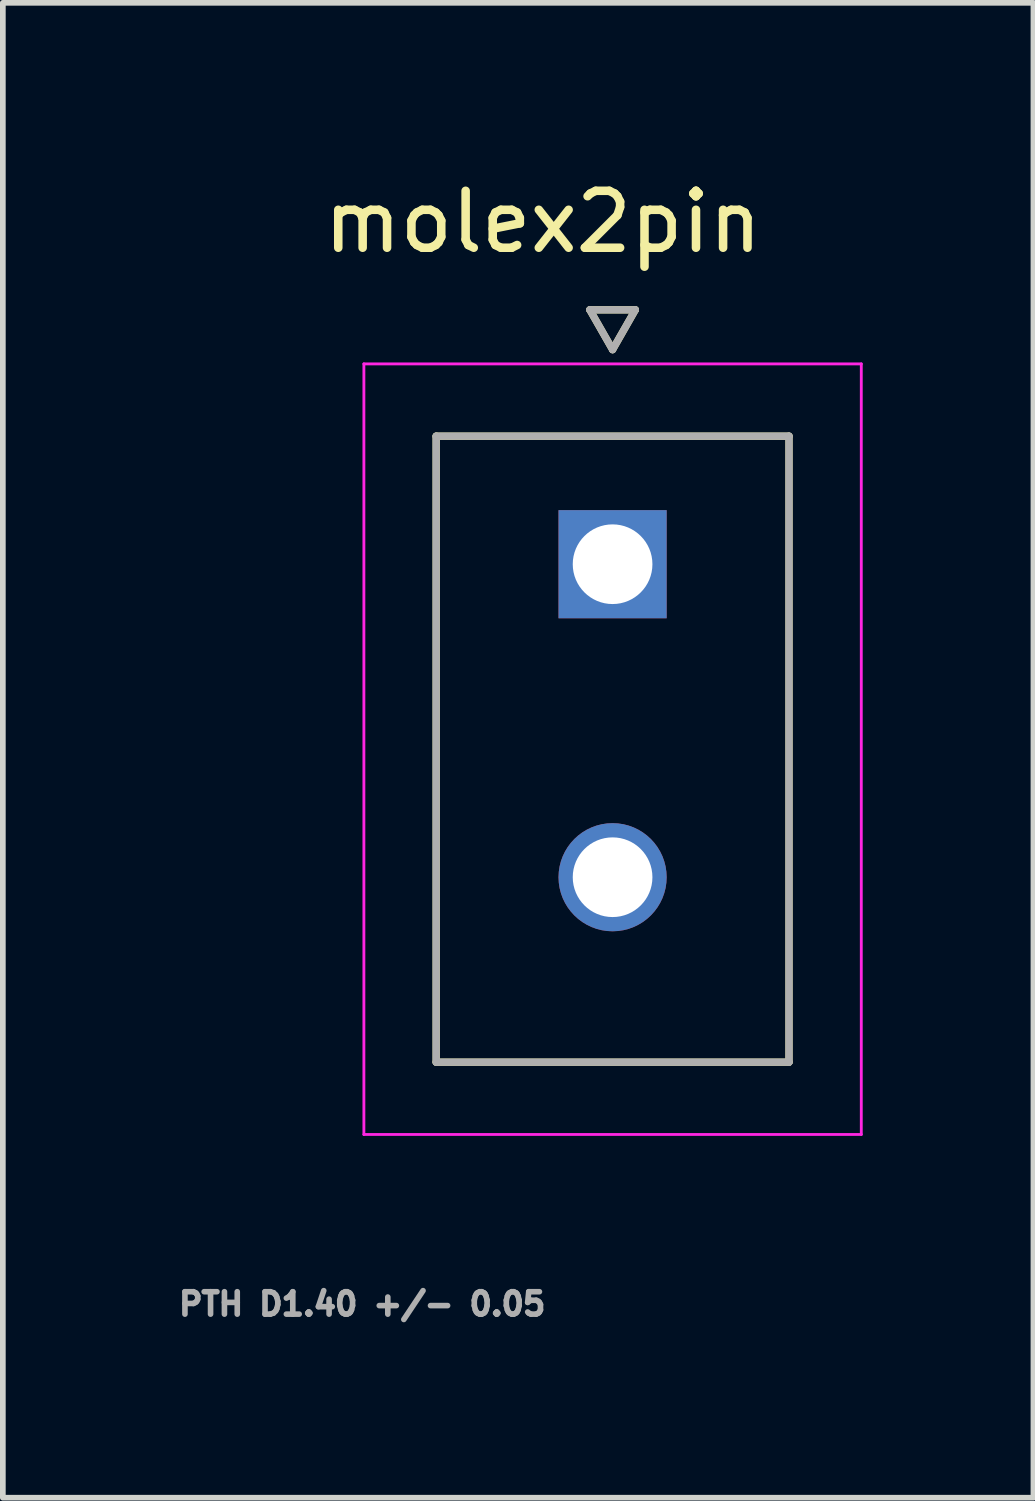
<source format=kicad_pcb>
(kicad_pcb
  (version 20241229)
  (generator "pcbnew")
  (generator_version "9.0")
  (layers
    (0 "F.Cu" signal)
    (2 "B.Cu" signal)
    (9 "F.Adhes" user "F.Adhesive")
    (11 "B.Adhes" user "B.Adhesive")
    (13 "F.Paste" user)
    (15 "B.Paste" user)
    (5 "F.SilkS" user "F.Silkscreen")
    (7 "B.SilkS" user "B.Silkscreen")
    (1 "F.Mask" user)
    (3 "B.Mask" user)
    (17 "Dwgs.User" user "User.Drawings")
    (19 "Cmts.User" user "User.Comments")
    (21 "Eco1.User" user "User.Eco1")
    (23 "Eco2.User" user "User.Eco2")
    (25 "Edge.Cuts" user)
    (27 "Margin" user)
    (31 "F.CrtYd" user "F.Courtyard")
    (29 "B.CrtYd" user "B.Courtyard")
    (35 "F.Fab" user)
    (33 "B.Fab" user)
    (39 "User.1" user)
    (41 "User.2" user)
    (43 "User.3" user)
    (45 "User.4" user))
  (footprint "molex2pin"
    (layer "F.Cu")
    (at 7.714 6.864)
    (property "Reference" "molex2pin" (at -1.225 -6.016 0) (layer "F.SilkS") (effects (font (size 1 1) (thickness 0.15))))
    (attr through_hole)
    (fp_circle (center 0 5.5) (end 0.513 5.5) (stroke (width 1.026) (type solid)) (fill no) (layer "F.Mask"))
    (fp_poly (pts (xy -1.026 -1.026) (xy 1.026 -1.026) (xy 1.026 1.026) (xy -1.026 1.026)) (stroke (width 0.01) (type solid)) (fill yes) (layer "F.Mask"))
    (fp_circle (center 0 5.5) (end 0.513 5.5) (stroke (width 1.026) (type solid)) (fill no) (layer "B.Mask"))
    (fp_poly (pts (xy -1.026 -1.026) (xy 1.026 -1.026) (xy 1.026 1.026) (xy -1.026 1.026)) (stroke (width 0.01) (type solid)) (fill yes) (layer "B.Mask"))
    (fp_line (start -3.1 -2.25) (end 3.1 -2.25) (stroke (width 0.127) (type solid)) (layer "F.SilkS"))
    (fp_line (start -3.1 8.75) (end -3.1 -2.25) (stroke (width 0.127) (type solid)) (layer "F.SilkS"))
    (fp_line (start -0.4 -4.47) (end 0 -3.77) (stroke (width 0.127) (type solid)) (layer "F.SilkS"))
    (fp_line (start 0 -3.77) (end 0.4 -4.47) (stroke (width 0.127) (type solid)) (layer "F.SilkS"))
    (fp_line (start 0.4 -4.47) (end -0.4 -4.47) (stroke (width 0.127) (type solid)) (layer "F.SilkS"))
    (fp_line (start 3.1 -2.25) (end 3.1 8.75) (stroke (width 0.127) (type solid)) (layer "F.SilkS"))
    (fp_line (start 3.1 8.75) (end -3.1 8.75) (stroke (width 0.127) (type solid)) (layer "F.SilkS"))
    (fp_line (start -4.37 -3.52) (end 4.37 -3.52) (stroke (width 0.05) (type solid)) (layer "F.CrtYd"))
    (fp_line (start -4.37 10.02) (end -4.37 -3.52) (stroke (width 0.05) (type solid)) (layer "F.CrtYd"))
    (fp_line (start 4.37 -3.52) (end 4.37 10.02) (stroke (width 0.05) (type solid)) (layer "F.CrtYd"))
    (fp_line (start 4.37 10.02) (end -4.37 10.02) (stroke (width 0.05) (type solid)) (layer "F.CrtYd"))
    (fp_line (start -3.1 -2.25) (end 3.1 -2.25) (stroke (width 0.127) (type solid)) (layer "F.Fab"))
    (fp_line (start -3.1 8.75) (end -3.1 -2.25) (stroke (width 0.127) (type solid)) (layer "F.Fab"))
    (fp_line (start -0.4 -4.47) (end 0 -3.77) (stroke (width 0.127) (type solid)) (layer "F.Fab"))
    (fp_line (start 0 -3.77) (end 0.4 -4.47) (stroke (width 0.127) (type solid)) (layer "F.Fab"))
    (fp_line (start 0.4 -4.47) (end -0.4 -4.47) (stroke (width 0.127) (type solid)) (layer "F.Fab"))
    (fp_line (start 3.1 -2.25) (end 3.1 8.75) (stroke (width 0.127) (type solid)) (layer "F.Fab"))
    (fp_line (start 3.1 8.75) (end -3.1 8.75) (stroke (width 0.127) (type solid)) (layer "F.Fab"))
    (fp_text user "PTH D1.40 +/- 0.05" (at -4.4 13 0) (layer "F.Fab") (effects (font (size 0.394 0.394) (thickness 0.15))))
    (pad "1" thru_hole rect (at 0 0) (size 1.9 1.9) (drill 1.4) (layers "*.Cu"))
    (pad "2" thru_hole circle (at 0 5.5) (size 1.9 1.9) (drill 1.4) (layers "*.Cu")))
  (gr_rect
    (start -3 -3)
    (end 15.109 23.267)
    (stroke (width 0.1) (type default))
    (fill no)
    (layer "Edge.Cuts")))
</source>
